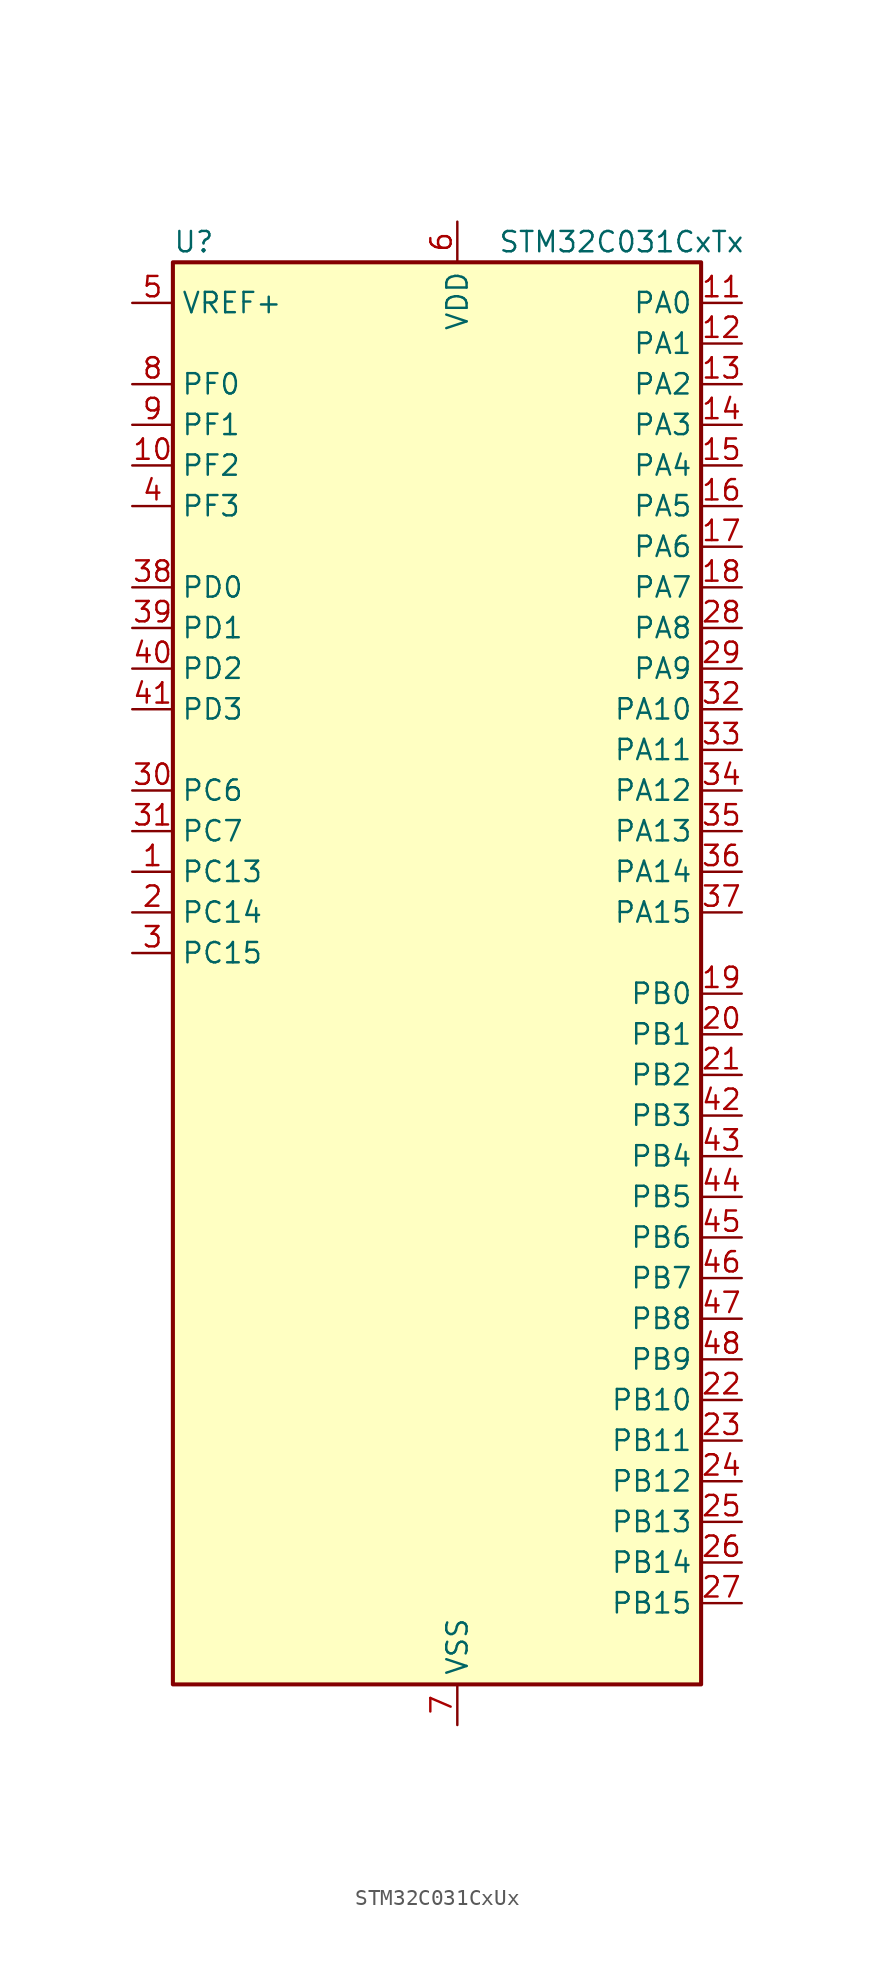
<source format=kicad_sym>
(kicad_symbol_lib
  (version 20220914)
  (generator kicad_symbol_editor)
  (symbol "STM32C031CxUx"
    (property "Reference" "U"
      (at -15.24 46.99 0)
      (effects (font (size 1.27 1.27)) (justify left)))
    (property "Value" "STM32C031CxTx"
      (at 5.08 46.99 0)
      (effects (font (size 1.27 1.27)) (justify left)))
    (symbol "STM32C031CxUx_0_1"
      (rectangle (start -15.24 45.72) (end 17.78 -43.18) (stroke (width 0.254) (type default)) (fill (type background))))
    (symbol "STM32C031CxUx_1_1"
      (pin bidirectional line (at -17.78 7.62 0) (length 2.54) (name "PC13" (effects (font (size 1.27 1.27)))) (number "1" (effects (font (size 1.27 1.27)))) (alternate "RTC_OUT1" bidirectional line) (alternate "RTC_TAMP_IN1" bidirectional line) (alternate "RTC_TS" bidirectional line) (alternate "SYS_WKUP2" bidirectional line) (alternate "TIM1_BK" bidirectional line))
      (pin bidirectional line (at -17.78 33.02 0) (length 2.54) (name "PF2" (effects (font (size 1.27 1.27)))) (number "10" (effects (font (size 1.27 1.27)))) (alternate "LPUART2_DE" bidirectional line) (alternate "LPUART2_RTS" bidirectional line) (alternate "LPUART2_TX" bidirectional line) (alternate "RCC_MCO" bidirectional line))
      (pin bidirectional line (at 20.32 43.18 180) (length 2.54) (name "PA0" (effects (font (size 1.27 1.27)))) (number "11" (effects (font (size 1.27 1.27)))) (alternate "ADC1_IN0" bidirectional line) (alternate "COMP1_INM" bidirectional line) (alternate "COMP1_OUT" bidirectional line) (alternate "I2S2_CK" bidirectional line) (alternate "LPTIM1_OUT" bidirectional line) (alternate "RTC_TAMP_IN2" bidirectional line) (alternate "SPI2_SCK" bidirectional line) (alternate "SYS_WKUP1" bidirectional line) (alternate "TIM2_CH1" bidirectional line) (alternate "TIM2_ETR" bidirectional line) (alternate "UCPD2_FRSTX1" bidirectional line) (alternate "UCPD2_FRSTX2" bidirectional line) (alternate "USART2_CTS" bidirectional line) (alternate "USART2_NSS" bidirectional line) (alternate "USART4_TX" bidirectional line))
      (pin bidirectional line (at 20.32 40.64 180) (length 2.54) (name "PA1" (effects (font (size 1.27 1.27)))) (number "12" (effects (font (size 1.27 1.27)))) (alternate "ADC1_IN1" bidirectional line) (alternate "COMP1_INP" bidirectional line) (alternate "I2C1_SMBA" bidirectional line) (alternate "I2S1_CK" bidirectional line) (alternate "SPI1_SCK" bidirectional line) (alternate "TIM15_CH1N" bidirectional line) (alternate "TIM2_CH2" bidirectional line) (alternate "USART2_CK" bidirectional line) (alternate "USART2_DE" bidirectional line) (alternate "USART2_RTS" bidirectional line) (alternate "USART4_RX" bidirectional line))
      (pin bidirectional line (at 20.32 38.1 180) (length 2.54) (name "PA2" (effects (font (size 1.27 1.27)))) (number "13" (effects (font (size 1.27 1.27)))) (alternate "ADC1_IN2" bidirectional line) (alternate "COMP2_INM" bidirectional line) (alternate "COMP2_OUT" bidirectional line) (alternate "I2S1_SD" bidirectional line) (alternate "LPUART1_TX" bidirectional line) (alternate "RCC_LSCO" bidirectional line) (alternate "SPI1_MOSI" bidirectional line) (alternate "SYS_WKUP4" bidirectional line) (alternate "TIM15_CH1" bidirectional line) (alternate "TIM2_CH3" bidirectional line) (alternate "UCPD1_FRSTX1" bidirectional line) (alternate "UCPD1_FRSTX2" bidirectional line) (alternate "USART2_TX" bidirectional line))
      (pin bidirectional line (at 20.32 35.56 180) (length 2.54) (name "PA3" (effects (font (size 1.27 1.27)))) (number "14" (effects (font (size 1.27 1.27)))) (alternate "ADC1_IN3" bidirectional line) (alternate "COMP2_INP" bidirectional line) (alternate "I2S2_MCK" bidirectional line) (alternate "LPUART1_RX" bidirectional line) (alternate "SPI2_MISO" bidirectional line) (alternate "TIM15_CH2" bidirectional line) (alternate "TIM2_CH4" bidirectional line) (alternate "UCPD2_FRSTX1" bidirectional line) (alternate "UCPD2_FRSTX2" bidirectional line) (alternate "USART2_RX" bidirectional line))
      (pin bidirectional line (at 20.32 33.02 180) (length 2.54) (name "PA4" (effects (font (size 1.27 1.27)))) (number "15" (effects (font (size 1.27 1.27)))) (alternate "ADC1_IN4" bidirectional line) (alternate "DAC1_OUT1" bidirectional line) (alternate "I2S1_WS" bidirectional line) (alternate "I2S2_SD" bidirectional line) (alternate "LPTIM2_OUT" bidirectional line) (alternate "RTC_OUT2" bidirectional line) (alternate "SPI1_NSS" bidirectional line) (alternate "SPI2_MOSI" bidirectional line) (alternate "SPI3_NSS" bidirectional line) (alternate "TIM14_CH1" bidirectional line) (alternate "UCPD2_FRSTX1" bidirectional line) (alternate "UCPD2_FRSTX2" bidirectional line) (alternate "USART6_TX" bidirectional line) (alternate "USB_NOE" bidirectional line))
      (pin bidirectional line (at 20.32 30.48 180) (length 2.54) (name "PA5" (effects (font (size 1.27 1.27)))) (number "16" (effects (font (size 1.27 1.27)))) (alternate "ADC1_IN5" bidirectional line) (alternate "CEC" bidirectional line) (alternate "DAC1_OUT2" bidirectional line) (alternate "I2S1_CK" bidirectional line) (alternate "LPTIM2_ETR" bidirectional line) (alternate "SPI1_SCK" bidirectional line) (alternate "TIM2_CH1" bidirectional line) (alternate "TIM2_ETR" bidirectional line) (alternate "UCPD1_FRSTX1" bidirectional line) (alternate "UCPD1_FRSTX2" bidirectional line) (alternate "USART3_TX" bidirectional line) (alternate "USART6_RX" bidirectional line))
      (pin bidirectional line (at 20.32 27.94 180) (length 2.54) (name "PA6" (effects (font (size 1.27 1.27)))) (number "17" (effects (font (size 1.27 1.27)))) (alternate "ADC1_IN6" bidirectional line) (alternate "COMP1_OUT" bidirectional line) (alternate "I2C2_SDA" bidirectional line) (alternate "I2C3_SDA" bidirectional line) (alternate "I2S1_MCK" bidirectional line) (alternate "LPUART1_CTS" bidirectional line) (alternate "SPI1_MISO" bidirectional line) (alternate "TIM16_CH1" bidirectional line) (alternate "TIM1_BK" bidirectional line) (alternate "TIM3_CH1" bidirectional line) (alternate "USART3_CTS" bidirectional line) (alternate "USART3_NSS" bidirectional line) (alternate "USART6_CTS" bidirectional line) (alternate "USART6_NSS" bidirectional line))
      (pin bidirectional line (at 20.32 25.4 180) (length 2.54) (name "PA7" (effects (font (size 1.27 1.27)))) (number "18" (effects (font (size 1.27 1.27)))) (alternate "ADC1_IN7" bidirectional line) (alternate "COMP2_OUT" bidirectional line) (alternate "I2C2_SCL" bidirectional line) (alternate "I2C3_SCL" bidirectional line) (alternate "I2S1_SD" bidirectional line) (alternate "SPI1_MOSI" bidirectional line) (alternate "TIM14_CH1" bidirectional line) (alternate "TIM17_CH1" bidirectional line) (alternate "TIM1_CH1N" bidirectional line) (alternate "TIM3_CH2" bidirectional line) (alternate "UCPD1_FRSTX1" bidirectional line) (alternate "UCPD1_FRSTX2" bidirectional line) (alternate "USART6_CK" bidirectional line) (alternate "USART6_DE" bidirectional line) (alternate "USART6_RTS" bidirectional line))
      (pin bidirectional line (at 20.32 0 180) (length 2.54) (name "PB0" (effects (font (size 1.27 1.27)))) (number "19" (effects (font (size 1.27 1.27)))) (alternate "ADC1_IN8" bidirectional line) (alternate "COMP1_OUT" bidirectional line) (alternate "COMP3_INP" bidirectional line) (alternate "FDCAN2_RX" bidirectional line) (alternate "I2S1_WS" bidirectional line) (alternate "LPTIM1_OUT" bidirectional line) (alternate "LPUART2_CTS" bidirectional line) (alternate "SPI1_NSS" bidirectional line) (alternate "TIM1_CH2N" bidirectional line) (alternate "TIM3_CH3" bidirectional line) (alternate "UCPD1_FRSTX1" bidirectional line) (alternate "UCPD1_FRSTX2" bidirectional line) (alternate "USART3_RX" bidirectional line) (alternate "USART5_TX" bidirectional line))
      (pin bidirectional line (at -17.78 5.08 0) (length 2.54) (name "PC14" (effects (font (size 1.27 1.27)))) (number "2" (effects (font (size 1.27 1.27)))) (alternate "RCC_OSC32_IN" bidirectional line) (alternate "TIM1_BK2" bidirectional line))
      (pin bidirectional line (at 20.32 -2.54 180) (length 2.54) (name "PB1" (effects (font (size 1.27 1.27)))) (number "20" (effects (font (size 1.27 1.27)))) (alternate "ADC1_IN9" bidirectional line) (alternate "COMP1_INM" bidirectional line) (alternate "COMP3_OUT" bidirectional line) (alternate "FDCAN2_TX" bidirectional line) (alternate "LPTIM2_IN1" bidirectional line) (alternate "LPUART1_DE" bidirectional line) (alternate "LPUART1_RTS" bidirectional line) (alternate "LPUART2_DE" bidirectional line) (alternate "LPUART2_RTS" bidirectional line) (alternate "TIM14_CH1" bidirectional line) (alternate "TIM1_CH3N" bidirectional line) (alternate "TIM3_CH4" bidirectional line) (alternate "USART3_CK" bidirectional line) (alternate "USART3_DE" bidirectional line) (alternate "USART3_RTS" bidirectional line) (alternate "USART5_RX" bidirectional line))
      (pin bidirectional line (at 20.32 -5.08 180) (length 2.54) (name "PB2" (effects (font (size 1.27 1.27)))) (number "21" (effects (font (size 1.27 1.27)))) (alternate "ADC1_IN10" bidirectional line) (alternate "COMP1_INP" bidirectional line) (alternate "COMP3_INM" bidirectional line) (alternate "I2S2_MCK" bidirectional line) (alternate "LPTIM1_OUT" bidirectional line) (alternate "RCC_MCO_2" bidirectional line) (alternate "SPI2_MISO" bidirectional line) (alternate "USART3_TX" bidirectional line))
      (pin bidirectional line (at 20.32 -25.4 180) (length 2.54) (name "PB10" (effects (font (size 1.27 1.27)))) (number "22" (effects (font (size 1.27 1.27)))) (alternate "ADC1_IN11" bidirectional line) (alternate "CEC" bidirectional line) (alternate "COMP1_OUT" bidirectional line) (alternate "I2C2_SCL" bidirectional line) (alternate "I2S2_CK" bidirectional line) (alternate "LPUART1_RX" bidirectional line) (alternate "SPI2_SCK" bidirectional line) (alternate "TIM2_CH3" bidirectional line) (alternate "USART3_TX" bidirectional line))
      (pin bidirectional line (at 20.32 -27.94 180) (length 2.54) (name "PB11" (effects (font (size 1.27 1.27)))) (number "23" (effects (font (size 1.27 1.27)))) (alternate "ADC1_EXTI11" bidirectional line) (alternate "ADC1_IN15" bidirectional line) (alternate "COMP2_OUT" bidirectional line) (alternate "I2C2_SDA" bidirectional line) (alternate "I2S2_SD" bidirectional line) (alternate "LPUART1_TX" bidirectional line) (alternate "SPI2_MOSI" bidirectional line) (alternate "TIM2_CH4" bidirectional line) (alternate "USART3_RX" bidirectional line))
      (pin bidirectional line (at 20.32 -30.48 180) (length 2.54) (name "PB12" (effects (font (size 1.27 1.27)))) (number "24" (effects (font (size 1.27 1.27)))) (alternate "ADC1_IN16" bidirectional line) (alternate "FDCAN2_RX" bidirectional line) (alternate "I2C2_SMBA" bidirectional line) (alternate "I2S2_WS" bidirectional line) (alternate "LPUART1_DE" bidirectional line) (alternate "LPUART1_RTS" bidirectional line) (alternate "SPI2_NSS" bidirectional line) (alternate "TIM15_BK" bidirectional line) (alternate "TIM1_BK" bidirectional line) (alternate "UCPD2_FRSTX1" bidirectional line) (alternate "UCPD2_FRSTX2" bidirectional line))
      (pin bidirectional line (at 20.32 -33.02 180) (length 2.54) (name "PB13" (effects (font (size 1.27 1.27)))) (number "25" (effects (font (size 1.27 1.27)))) (alternate "FDCAN2_TX" bidirectional line) (alternate "I2C2_SCL" bidirectional line) (alternate "I2S2_CK" bidirectional line) (alternate "LPUART1_CTS" bidirectional line) (alternate "SPI2_SCK" bidirectional line) (alternate "TIM15_CH1N" bidirectional line) (alternate "TIM1_CH1N" bidirectional line) (alternate "USART3_CTS" bidirectional line) (alternate "USART3_NSS" bidirectional line))
      (pin bidirectional line (at 20.32 -35.56 180) (length 2.54) (name "PB14" (effects (font (size 1.27 1.27)))) (number "26" (effects (font (size 1.27 1.27)))) (alternate "I2C2_SDA" bidirectional line) (alternate "I2S2_MCK" bidirectional line) (alternate "SPI2_MISO" bidirectional line) (alternate "TIM15_CH1" bidirectional line) (alternate "TIM1_CH2N" bidirectional line) (alternate "UCPD1_FRSTX1" bidirectional line) (alternate "UCPD1_FRSTX2" bidirectional line) (alternate "USART3_CK" bidirectional line) (alternate "USART3_DE" bidirectional line) (alternate "USART3_RTS" bidirectional line) (alternate "USART6_CK" bidirectional line) (alternate "USART6_DE" bidirectional line) (alternate "USART6_RTS" bidirectional line))
      (pin bidirectional line (at 20.32 -38.1 180) (length 2.54) (name "PB15" (effects (font (size 1.27 1.27)))) (number "27" (effects (font (size 1.27 1.27)))) (alternate "I2S2_SD" bidirectional line) (alternate "RTC_REFIN" bidirectional line) (alternate "SPI2_MOSI" bidirectional line) (alternate "TIM15_CH1N" bidirectional line) (alternate "TIM15_CH2" bidirectional line) (alternate "TIM1_CH3N" bidirectional line) (alternate "UCPD1_CC2" bidirectional line) (alternate "USART6_CTS" bidirectional line) (alternate "USART6_NSS" bidirectional line))
      (pin bidirectional line (at 20.32 22.86 180) (length 2.54) (name "PA8" (effects (font (size 1.27 1.27)))) (number "28" (effects (font (size 1.27 1.27)))) (alternate "CRS1_SYNC" bidirectional line) (alternate "I2C2_SMBA" bidirectional line) (alternate "I2S2_WS" bidirectional line) (alternate "LPTIM2_OUT" bidirectional line) (alternate "RCC_MCO" bidirectional line) (alternate "SPI2_NSS" bidirectional line) (alternate "TIM1_CH1" bidirectional line) (alternate "UCPD1_CC1" bidirectional line))
      (pin bidirectional line (at 20.32 20.32 180) (length 2.54) (name "PA9" (effects (font (size 1.27 1.27)))) (number "29" (effects (font (size 1.27 1.27)))) (alternate "DAC1_EXTI9" bidirectional line) (alternate "I2C1_SCL" bidirectional line) (alternate "I2C2_SCL" bidirectional line) (alternate "I2S2_MCK" bidirectional line) (alternate "RCC_MCO" bidirectional line) (alternate "SPI2_MISO" bidirectional line) (alternate "TIM15_BK" bidirectional line) (alternate "TIM1_CH2" bidirectional line) (alternate "UCPD1_DBCC1" bidirectional line) (alternate "USART1_TX" bidirectional line))
      (pin bidirectional line (at -17.78 2.54 0) (length 2.54) (name "PC15" (effects (font (size 1.27 1.27)))) (number "3" (effects (font (size 1.27 1.27)))) (alternate "RCC_OSC32_EN" bidirectional line) (alternate "RCC_OSC32_OUT" bidirectional line) (alternate "RCC_OSC_EN" bidirectional line) (alternate "TIM15_BK" bidirectional line))
      (pin bidirectional line (at -17.78 12.7 0) (length 2.54) (name "PC6" (effects (font (size 1.27 1.27)))) (number "30" (effects (font (size 1.27 1.27)))) (alternate "LPUART2_TX" bidirectional line) (alternate "TIM2_CH3" bidirectional line) (alternate "TIM3_CH1" bidirectional line) (alternate "UCPD1_FRSTX1" bidirectional line) (alternate "UCPD1_FRSTX2" bidirectional line))
      (pin bidirectional line (at -17.78 10.16 0) (length 2.54) (name "PC7" (effects (font (size 1.27 1.27)))) (number "31" (effects (font (size 1.27 1.27)))) (alternate "LPUART2_RX" bidirectional line) (alternate "TIM2_CH4" bidirectional line) (alternate "TIM3_CH2" bidirectional line) (alternate "UCPD2_FRSTX1" bidirectional line) (alternate "UCPD2_FRSTX2" bidirectional line))
      (pin bidirectional line (at 20.32 17.78 180) (length 2.54) (name "PA10" (effects (font (size 1.27 1.27)))) (number "32" (effects (font (size 1.27 1.27)))) (alternate "I2C1_SDA" bidirectional line) (alternate "I2C2_SDA" bidirectional line) (alternate "I2S2_SD" bidirectional line) (alternate "RCC_MCO_2" bidirectional line) (alternate "SPI2_MOSI" bidirectional line) (alternate "TIM17_BK" bidirectional line) (alternate "TIM1_CH3" bidirectional line) (alternate "UCPD1_DBCC2" bidirectional line) (alternate "USART1_RX" bidirectional line))
      (pin bidirectional line (at 20.32 15.24 180) (length 2.54) (name "PA11" (effects (font (size 1.27 1.27)))) (number "33" (effects (font (size 1.27 1.27)))) (alternate "ADC1_EXTI11" bidirectional line) (alternate "COMP1_OUT" bidirectional line) (alternate "FDCAN1_RX" bidirectional line) (alternate "I2C2_SCL" bidirectional line) (alternate "I2S1_MCK" bidirectional line) (alternate "SPI1_MISO" bidirectional line) (alternate "TIM1_BK2" bidirectional line) (alternate "TIM1_CH4" bidirectional line) (alternate "USART1_CTS" bidirectional line) (alternate "USART1_NSS" bidirectional line) (alternate "USB_DM" bidirectional line))
      (pin bidirectional line (at 20.32 12.7 180) (length 2.54) (name "PA12" (effects (font (size 1.27 1.27)))) (number "34" (effects (font (size 1.27 1.27)))) (alternate "COMP2_OUT" bidirectional line) (alternate "FDCAN1_TX" bidirectional line) (alternate "I2C2_SDA" bidirectional line) (alternate "I2S1_SD" bidirectional line) (alternate "I2S_CKIN" bidirectional line) (alternate "SPI1_MOSI" bidirectional line) (alternate "TIM1_ETR" bidirectional line) (alternate "USART1_CK" bidirectional line) (alternate "USART1_DE" bidirectional line) (alternate "USART1_RTS" bidirectional line) (alternate "USB_DP" bidirectional line))
      (pin bidirectional line (at 20.32 10.16 180) (length 2.54) (name "PA13" (effects (font (size 1.27 1.27)))) (number "35" (effects (font (size 1.27 1.27)))) (alternate "IR_OUT" bidirectional line) (alternate "LPUART2_RX" bidirectional line) (alternate "SYS_SWDIO" bidirectional line) (alternate "USB_NOE" bidirectional line))
      (pin bidirectional line (at 20.32 7.62 180) (length 2.54) (name "PA14" (effects (font (size 1.27 1.27)))) (number "36" (effects (font (size 1.27 1.27)))) (alternate "LPUART2_TX" bidirectional line) (alternate "SYS_SWCLK" bidirectional line) (alternate "USART2_TX" bidirectional line))
      (pin bidirectional line (at 20.32 5.08 180) (length 2.54) (name "PA15" (effects (font (size 1.27 1.27)))) (number "37" (effects (font (size 1.27 1.27)))) (alternate "I2C2_SMBA" bidirectional line) (alternate "I2S1_WS" bidirectional line) (alternate "RCC_MCO_2" bidirectional line) (alternate "SPI1_NSS" bidirectional line) (alternate "SPI3_NSS" bidirectional line) (alternate "TIM2_CH1" bidirectional line) (alternate "TIM2_ETR" bidirectional line) (alternate "USART2_RX" bidirectional line) (alternate "USART3_CK" bidirectional line) (alternate "USART3_DE" bidirectional line) (alternate "USART3_RTS" bidirectional line) (alternate "USART4_CK" bidirectional line) (alternate "USART4_DE" bidirectional line) (alternate "USART4_RTS" bidirectional line) (alternate "USB_NOE" bidirectional line))
      (pin bidirectional line (at -17.78 25.4 0) (length 2.54) (name "PD0" (effects (font (size 1.27 1.27)))) (number "38" (effects (font (size 1.27 1.27)))) (alternate "FDCAN1_RX" bidirectional line) (alternate "I2S2_WS" bidirectional line) (alternate "SPI2_NSS" bidirectional line) (alternate "TIM16_CH1" bidirectional line) (alternate "UCPD2_CC1" bidirectional line))
      (pin bidirectional line (at -17.78 22.86 0) (length 2.54) (name "PD1" (effects (font (size 1.27 1.27)))) (number "39" (effects (font (size 1.27 1.27)))) (alternate "FDCAN1_TX" bidirectional line) (alternate "I2S2_CK" bidirectional line) (alternate "SPI2_SCK" bidirectional line) (alternate "TIM17_CH1" bidirectional line) (alternate "UCPD2_DBCC1" bidirectional line))
      (pin bidirectional line (at -17.78 30.48 0) (length 2.54) (name "PF3" (effects (font (size 1.27 1.27)))) (number "4" (effects (font (size 1.27 1.27)))))
      (pin bidirectional line (at -17.78 20.32 0) (length 2.54) (name "PD2" (effects (font (size 1.27 1.27)))) (number "40" (effects (font (size 1.27 1.27)))) (alternate "TIM1_CH1N" bidirectional line) (alternate "TIM3_ETR" bidirectional line) (alternate "UCPD2_CC2" bidirectional line) (alternate "USART3_CK" bidirectional line) (alternate "USART3_DE" bidirectional line) (alternate "USART3_RTS" bidirectional line) (alternate "USART5_RX" bidirectional line))
      (pin bidirectional line (at -17.78 17.78 0) (length 2.54) (name "PD3" (effects (font (size 1.27 1.27)))) (number "41" (effects (font (size 1.27 1.27)))) (alternate "I2S2_MCK" bidirectional line) (alternate "SPI2_MISO" bidirectional line) (alternate "TIM1_CH2N" bidirectional line) (alternate "UCPD2_DBCC2" bidirectional line) (alternate "USART2_CTS" bidirectional line) (alternate "USART2_NSS" bidirectional line) (alternate "USART5_TX" bidirectional line))
      (pin bidirectional line (at 20.32 -7.62 180) (length 2.54) (name "PB3" (effects (font (size 1.27 1.27)))) (number "42" (effects (font (size 1.27 1.27)))) (alternate "COMP2_INM" bidirectional line) (alternate "I2C2_SCL" bidirectional line) (alternate "I2C3_SCL" bidirectional line) (alternate "I2S1_CK" bidirectional line) (alternate "SPI1_SCK" bidirectional line) (alternate "SPI3_SCK" bidirectional line) (alternate "TIM1_CH2" bidirectional line) (alternate "TIM2_CH2" bidirectional line) (alternate "USART1_CK" bidirectional line) (alternate "USART1_DE" bidirectional line) (alternate "USART1_RTS" bidirectional line) (alternate "USART5_TX" bidirectional line))
      (pin bidirectional line (at 20.32 -10.16 180) (length 2.54) (name "PB4" (effects (font (size 1.27 1.27)))) (number "43" (effects (font (size 1.27 1.27)))) (alternate "COMP2_INP" bidirectional line) (alternate "I2C2_SDA" bidirectional line) (alternate "I2C3_SDA" bidirectional line) (alternate "I2S1_MCK" bidirectional line) (alternate "SPI1_MISO" bidirectional line) (alternate "SPI3_MISO" bidirectional line) (alternate "TIM17_BK" bidirectional line) (alternate "TIM3_CH1" bidirectional line) (alternate "USART1_CTS" bidirectional line) (alternate "USART1_NSS" bidirectional line) (alternate "USART5_RX" bidirectional line))
      (pin bidirectional line (at 20.32 -12.7 180) (length 2.54) (name "PB5" (effects (font (size 1.27 1.27)))) (number "44" (effects (font (size 1.27 1.27)))) (alternate "COMP2_OUT" bidirectional line) (alternate "FDCAN2_RX" bidirectional line) (alternate "I2C1_SMBA" bidirectional line) (alternate "I2S1_SD" bidirectional line) (alternate "LPTIM1_IN1" bidirectional line) (alternate "SPI1_MOSI" bidirectional line) (alternate "SPI3_MOSI" bidirectional line) (alternate "SYS_WKUP6" bidirectional line) (alternate "TIM16_BK" bidirectional line) (alternate "TIM3_CH2" bidirectional line) (alternate "USART5_CK" bidirectional line) (alternate "USART5_DE" bidirectional line) (alternate "USART5_RTS" bidirectional line))
      (pin bidirectional line (at 20.32 -15.24 180) (length 2.54) (name "PB6" (effects (font (size 1.27 1.27)))) (number "45" (effects (font (size 1.27 1.27)))) (alternate "COMP2_INP" bidirectional line) (alternate "FDCAN2_TX" bidirectional line) (alternate "I2C1_SCL" bidirectional line) (alternate "I2S2_MCK" bidirectional line) (alternate "LPTIM1_ETR" bidirectional line) (alternate "LPUART2_TX" bidirectional line) (alternate "SPI2_MISO" bidirectional line) (alternate "TIM16_CH1N" bidirectional line) (alternate "TIM1_CH3" bidirectional line) (alternate "TIM4_CH1" bidirectional line) (alternate "USART1_TX" bidirectional line) (alternate "USART5_CTS" bidirectional line) (alternate "USART5_NSS" bidirectional line))
      (pin bidirectional line (at 20.32 -17.78 180) (length 2.54) (name "PB7" (effects (font (size 1.27 1.27)))) (number "46" (effects (font (size 1.27 1.27)))) (alternate "COMP2_INM" bidirectional line) (alternate "I2C1_SDA" bidirectional line) (alternate "I2S2_SD" bidirectional line) (alternate "LPTIM1_IN2" bidirectional line) (alternate "LPUART2_RX" bidirectional line) (alternate "SPI2_MOSI" bidirectional line) (alternate "SYS_PVD_IN" bidirectional line) (alternate "TIM17_CH1N" bidirectional line) (alternate "TIM4_CH2" bidirectional line) (alternate "USART1_RX" bidirectional line) (alternate "USART4_CTS" bidirectional line) (alternate "USART4_NSS" bidirectional line))
      (pin bidirectional line (at 20.32 -20.32 180) (length 2.54) (name "PB8" (effects (font (size 1.27 1.27)))) (number "47" (effects (font (size 1.27 1.27)))) (alternate "CEC" bidirectional line) (alternate "FDCAN1_RX" bidirectional line) (alternate "I2C1_SCL" bidirectional line) (alternate "I2S2_CK" bidirectional line) (alternate "SPI2_SCK" bidirectional line) (alternate "TIM15_BK" bidirectional line) (alternate "TIM16_CH1" bidirectional line) (alternate "TIM4_CH3" bidirectional line) (alternate "USART3_TX" bidirectional line) (alternate "USART6_TX" bidirectional line))
      (pin bidirectional line (at 20.32 -22.86 180) (length 2.54) (name "PB9" (effects (font (size 1.27 1.27)))) (number "48" (effects (font (size 1.27 1.27)))) (alternate "DAC1_EXTI9" bidirectional line) (alternate "FDCAN1_TX" bidirectional line) (alternate "I2C1_SDA" bidirectional line) (alternate "I2S2_WS" bidirectional line) (alternate "IR_OUT" bidirectional line) (alternate "SPI2_NSS" bidirectional line) (alternate "TIM17_CH1" bidirectional line) (alternate "TIM4_CH4" bidirectional line) (alternate "UCPD2_FRSTX1" bidirectional line) (alternate "UCPD2_FRSTX2" bidirectional line) (alternate "USART3_RX" bidirectional line) (alternate "USART6_RX" bidirectional line))
      (pin input line (at -17.78 43.18 0) (length 2.54) (name "VREF+" (effects (font (size 1.27 1.27)))) (number "5" (effects (font (size 1.27 1.27)))) (alternate "VREFBUF_OUT" bidirectional line))
      (pin power_in line (at 2.54 48.26 270) (length 2.54) (name "VDD" (effects (font (size 1.27 1.27)))) (number "6" (effects (font (size 1.27 1.27)))))
      (pin power_in line (at 2.54 -45.72 90) (length 2.54) (name "VSS" (effects (font (size 1.27 1.27)))) (number "7" (effects (font (size 1.27 1.27)))))
      (pin bidirectional line (at -17.78 38.1 0) (length 2.54) (name "PF0" (effects (font (size 1.27 1.27)))) (number "8" (effects (font (size 1.27 1.27)))) (alternate "CRS1_SYNC" bidirectional line) (alternate "RCC_OSC_IN" bidirectional line) (alternate "TIM14_CH1" bidirectional line))
      (pin bidirectional line (at -17.78 35.56 0) (length 2.54) (name "PF1" (effects (font (size 1.27 1.27)))) (number "9" (effects (font (size 1.27 1.27)))) (alternate "RCC_OSC_EN" bidirectional line) (alternate "RCC_OSC_OUT" bidirectional line) (alternate "TIM15_CH1N" bidirectional line)))))
</source>
